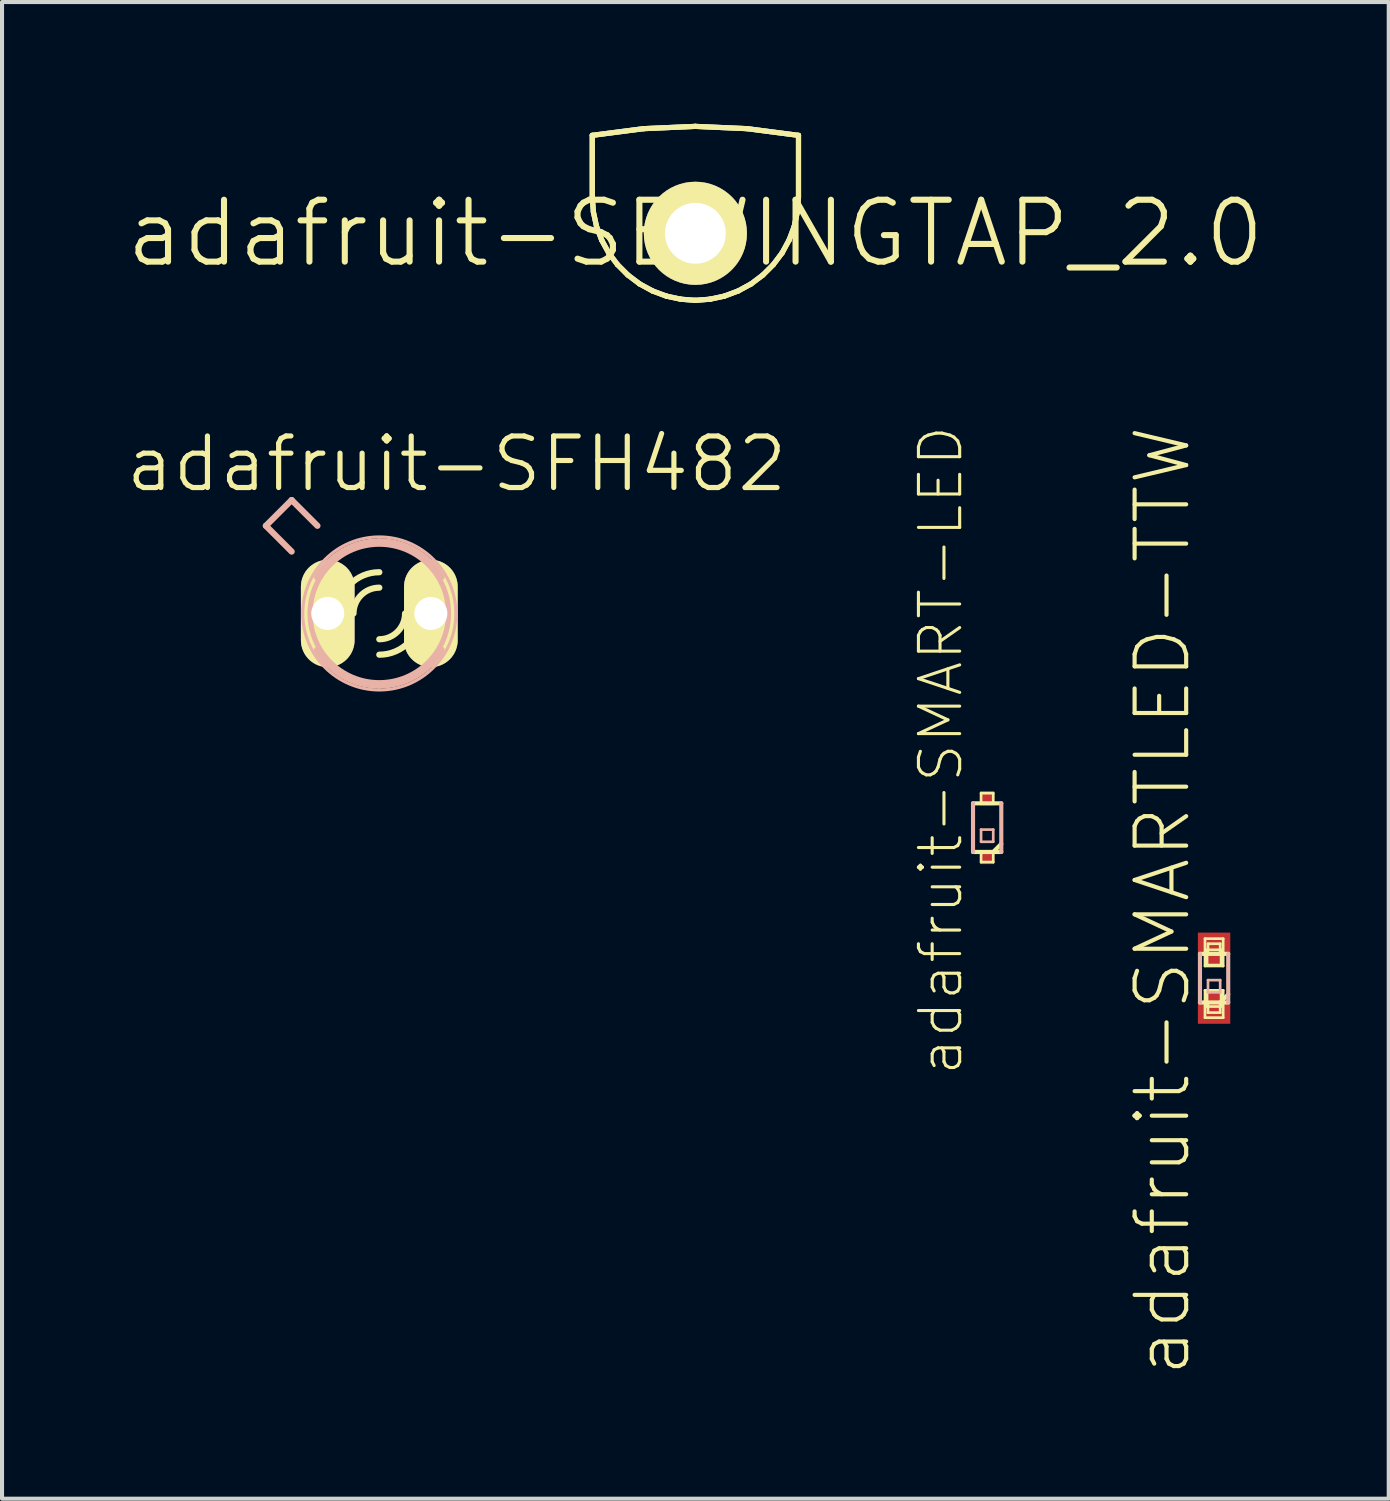
<source format=kicad_pcb>
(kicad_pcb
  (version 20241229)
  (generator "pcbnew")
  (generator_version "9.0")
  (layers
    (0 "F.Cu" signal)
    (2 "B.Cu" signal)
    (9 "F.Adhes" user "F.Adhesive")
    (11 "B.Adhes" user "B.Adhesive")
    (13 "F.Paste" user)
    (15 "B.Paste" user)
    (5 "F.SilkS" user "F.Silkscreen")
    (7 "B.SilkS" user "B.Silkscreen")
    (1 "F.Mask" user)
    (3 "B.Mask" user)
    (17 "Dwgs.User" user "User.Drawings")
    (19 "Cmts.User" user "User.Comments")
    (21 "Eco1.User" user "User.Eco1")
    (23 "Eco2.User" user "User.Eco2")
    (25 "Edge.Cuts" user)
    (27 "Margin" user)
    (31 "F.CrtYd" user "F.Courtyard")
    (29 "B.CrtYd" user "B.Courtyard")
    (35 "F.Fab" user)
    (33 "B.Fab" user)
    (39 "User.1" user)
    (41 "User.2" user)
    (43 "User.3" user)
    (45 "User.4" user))
  (footprint "adafruit-SFH482"
    (layer "F.Cu")
    (at 6.293 12.061)
    (property "Reference" "adafruit-SFH482" (at 1.905 -3.683 0) (layer "F.SilkS") (effects (font (size 1.27 1.27) (thickness 0.127))))
    (attr exclude_from_pos_files exclude_from_bom)
    (fp_arc (start -1.778 0) (mid -1.707402 -0.496046) (end -1.501215 -0.9527) (stroke (width 0.1524) (type solid)) (layer "F.SilkS"))
    (fp_arc (start -1.51384 0.92964) (mid -1.709767 0.482328) (end -1.776497 -0.001431) (stroke (width 0.1524) (type solid)) (layer "F.SilkS"))
    (fp_arc (start -1.016 0) (mid -0.71842 -0.71842) (end 0 -1.016) (stroke (width 0.1524) (type solid)) (layer "F.SilkS"))
    (fp_arc (start -0.635 0) (mid -0.449013 -0.449013) (end 0 -0.635) (stroke (width 0.1524) (type solid)) (layer "F.SilkS"))
    (fp_arc (start 0.635 0) (mid 0.449013 0.449013) (end 0 0.635) (stroke (width 0.1524) (type solid)) (layer "F.SilkS"))
    (fp_arc (start 1.016 0) (mid 0.71842 0.71842) (end 0 1.016) (stroke (width 0.1524) (type solid)) (layer "F.SilkS"))
    (fp_arc (start 1.51384 -0.92964) (mid 1.709767 -0.482328) (end 1.776497 0.001431) (stroke (width 0.1524) (type solid)) (layer "F.SilkS"))
    (fp_arc (start 1.778 0) (mid 1.707402 0.496046) (end 1.501215 0.9527) (stroke (width 0.1524) (type solid)) (layer "F.SilkS"))
    (fp_line (start -2.794 -2.159) (end -2.159 -2.794) (stroke (width 0.152) (type solid)) (layer "B.SilkS"))
    (fp_line (start -2.159 -1.524) (end -2.794 -2.159) (stroke (width 0.152) (type solid)) (layer "B.SilkS"))
    (fp_line (start -1.524 -2.159) (end -2.159 -2.794) (stroke (width 0.152) (type solid)) (layer "B.SilkS"))
    (fp_arc (start -1.53416 -0.89408) (mid -0.885614 -1.539063) (end -0.002081 -1.775675) (stroke (width 0.1524) (type solid)) (layer "B.SilkS"))
    (fp_arc (start 0 -1.778) (mid 0.884966 -1.542115) (end 1.535117 -0.89705) (stroke (width 0.1524) (type solid)) (layer "B.SilkS"))
    (fp_arc (start 0 1.778) (mid -0.884966 1.542115) (end -1.535117 0.89705) (stroke (width 0.1524) (type solid)) (layer "B.SilkS"))
    (fp_arc (start 1.53416 0.89408) (mid 0.885614 1.539063) (end 0.002081 1.775675) (stroke (width 0.1524) (type solid)) (layer "B.SilkS"))
    (fp_circle (center 0 0) (end -1.333 1.333) (stroke (width 0.076) (type solid)) (fill no) (layer "B.SilkS"))
    (fp_circle (center 0 0) (end -1.206 1.206) (stroke (width 0.127) (type solid)) (fill no) (layer "B.SilkS"))
    (pad "A" thru_hole oval (at -1.27 0 180) (size 1.321 2.642) (drill 0.813) (layers "*.Cu" "F.Mask" "F.SilkS" "F.Paste"))
    (pad "K" thru_hole oval (at 1.27 0 180) (size 1.321 2.642) (drill 0.813) (layers "*.Cu" "F.Mask" "F.SilkS" "F.Paste")))
  (footprint "adafruit-SMARTLED-TTW"
    (layer "F.Cu")
    (at 26.856 21.045)
    (property "Reference" "adafruit-SMARTLED-TTW" (at -1.27 -1.905 90) (layer "F.SilkS") (effects (font (size 1.27 1.27) (thickness 0.102))))
    (attr smd)
    (fp_line (start -0.348 -0.599) (end 0.348 -0.599) (stroke (width 0.102) (type solid)) (layer "F.SilkS"))
    (fp_line (start -0.224 -0.973) (end 0.224 -0.973) (stroke (width 0.066) (type solid)) (layer "F.SilkS"))
    (fp_line (start -0.224 -0.3) (end -0.224 -0.973) (stroke (width 0.066) (type solid)) (layer "F.SilkS"))
    (fp_line (start -0.224 -0.3) (end 0.224 -0.3) (stroke (width 0.066) (type solid)) (layer "F.SilkS"))
    (fp_line (start -0.224 0.3) (end 0.224 0.3) (stroke (width 0.066) (type solid)) (layer "F.SilkS"))
    (fp_line (start -0.224 0.973) (end -0.224 0.3) (stroke (width 0.066) (type solid)) (layer "F.SilkS"))
    (fp_line (start -0.224 0.973) (end 0.224 0.973) (stroke (width 0.066) (type solid)) (layer "F.SilkS"))
    (fp_line (start -0.173 -0.699) (end 0.173 -0.699) (stroke (width 0.066) (type solid)) (layer "F.SilkS"))
    (fp_line (start -0.173 -0.323) (end -0.173 -0.699) (stroke (width 0.066) (type solid)) (layer "F.SilkS"))
    (fp_line (start -0.173 -0.323) (end 0.173 -0.323) (stroke (width 0.066) (type solid)) (layer "F.SilkS"))
    (fp_line (start -0.173 0.323) (end 0.173 0.323) (stroke (width 0.066) (type solid)) (layer "F.SilkS"))
    (fp_line (start -0.173 0.699) (end -0.173 0.323) (stroke (width 0.066) (type solid)) (layer "F.SilkS"))
    (fp_line (start -0.173 0.699) (end 0.173 0.699) (stroke (width 0.066) (type solid)) (layer "F.SilkS"))
    (fp_line (start -0.15 -0.848) (end 0.15 -0.848) (stroke (width 0.066) (type solid)) (layer "F.SilkS"))
    (fp_line (start -0.15 -0.599) (end -0.15 -0.848) (stroke (width 0.066) (type solid)) (layer "F.SilkS"))
    (fp_line (start -0.15 -0.599) (end 0.15 -0.599) (stroke (width 0.066) (type solid)) (layer "F.SilkS"))
    (fp_line (start -0.15 0.599) (end 0.15 0.599) (stroke (width 0.066) (type solid)) (layer "F.SilkS"))
    (fp_line (start -0.15 0.848) (end -0.15 0.599) (stroke (width 0.066) (type solid)) (layer "F.SilkS"))
    (fp_line (start -0.15 0.848) (end 0.15 0.848) (stroke (width 0.066) (type solid)) (layer "F.SilkS"))
    (fp_line (start 0.15 -0.599) (end 0.15 -0.848) (stroke (width 0.066) (type solid)) (layer "F.SilkS"))
    (fp_line (start 0.15 0.848) (end 0.15 0.599) (stroke (width 0.066) (type solid)) (layer "F.SilkS"))
    (fp_line (start 0.173 -0.323) (end 0.173 -0.699) (stroke (width 0.066) (type solid)) (layer "F.SilkS"))
    (fp_line (start 0.173 0.699) (end 0.173 0.323) (stroke (width 0.066) (type solid)) (layer "F.SilkS"))
    (fp_line (start 0.224 -0.3) (end 0.224 -0.973) (stroke (width 0.066) (type solid)) (layer "F.SilkS"))
    (fp_line (start 0.224 0.973) (end 0.224 0.3) (stroke (width 0.066) (type solid)) (layer "F.SilkS"))
    (fp_line (start 0.348 0.399) (end 0.15 0.599) (stroke (width 0.102) (type solid)) (layer "F.SilkS"))
    (fp_line (start 0.348 0.599) (end -0.348 0.599) (stroke (width 0.102) (type solid)) (layer "F.SilkS"))
    (fp_line (start -0.348 0.599) (end -0.348 -0.599) (stroke (width 0.102) (type solid)) (layer "B.SilkS"))
    (fp_line (start -0.15 0.048) (end 0.15 0.048) (stroke (width 0.066) (type solid)) (layer "B.SilkS"))
    (fp_line (start -0.15 0.348) (end -0.15 0.048) (stroke (width 0.066) (type solid)) (layer "B.SilkS"))
    (fp_line (start -0.15 0.348) (end 0.15 0.348) (stroke (width 0.066) (type solid)) (layer "B.SilkS"))
    (fp_line (start 0.15 0.348) (end 0.15 0.048) (stroke (width 0.066) (type solid)) (layer "B.SilkS"))
    (fp_line (start 0.348 -0.599) (end 0.348 0.599) (stroke (width 0.102) (type solid)) (layer "B.SilkS"))
    (pad "A" smd rect (at 0 0.874) (size 0.798 0.498) (layers "F.Cu" "F.Mask" "F.Paste"))
    (pad "A@1" smd rect (at 0 0.498) (size 0.348 0.348) (layers "F.Cu" "F.Mask" "F.Paste"))
    (pad "C" smd rect (at 0 -0.874) (size 0.798 0.498) (layers "F.Cu" "F.Mask" "F.Paste"))
    (pad "C@1" smd rect (at 0 -0.498) (size 0.348 0.348) (layers "F.Cu" "F.Mask" "F.Paste")))
  (footprint "adafruit-SMART-LED"
    (layer "F.Cu")
    (at 21.266 17.337)
    (property "Reference" "adafruit-SMART-LED" (at -1.143 -1.905 90) (layer "F.SilkS") (effects (font (size 1.016 1.016) (thickness 0.076))))
    (attr smd)
    (fp_line (start -0.348 -0.599) (end 0.348 -0.599) (stroke (width 0.102) (type solid)) (layer "F.SilkS"))
    (fp_line (start -0.15 -0.848) (end 0.15 -0.848) (stroke (width 0.066) (type solid)) (layer "F.SilkS"))
    (fp_line (start -0.15 -0.599) (end -0.15 -0.848) (stroke (width 0.066) (type solid)) (layer "F.SilkS"))
    (fp_line (start -0.15 -0.599) (end 0.15 -0.599) (stroke (width 0.066) (type solid)) (layer "F.SilkS"))
    (fp_line (start -0.15 0.599) (end 0.15 0.599) (stroke (width 0.066) (type solid)) (layer "F.SilkS"))
    (fp_line (start -0.15 0.848) (end -0.15 0.599) (stroke (width 0.066) (type solid)) (layer "F.SilkS"))
    (fp_line (start -0.15 0.848) (end 0.15 0.848) (stroke (width 0.066) (type solid)) (layer "F.SilkS"))
    (fp_line (start 0.15 -0.599) (end 0.15 -0.848) (stroke (width 0.066) (type solid)) (layer "F.SilkS"))
    (fp_line (start 0.15 0.848) (end 0.15 0.599) (stroke (width 0.066) (type solid)) (layer "F.SilkS"))
    (fp_line (start 0.348 0.399) (end 0.15 0.599) (stroke (width 0.102) (type solid)) (layer "F.SilkS"))
    (fp_line (start 0.348 0.599) (end -0.348 0.599) (stroke (width 0.102) (type solid)) (layer "F.SilkS"))
    (fp_line (start -0.348 0.599) (end -0.348 -0.599) (stroke (width 0.102) (type solid)) (layer "B.SilkS"))
    (fp_line (start -0.15 0.048) (end 0.15 0.048) (stroke (width 0.066) (type solid)) (layer "B.SilkS"))
    (fp_line (start -0.15 0.348) (end -0.15 0.048) (stroke (width 0.066) (type solid)) (layer "B.SilkS"))
    (fp_line (start -0.15 0.348) (end 0.15 0.348) (stroke (width 0.066) (type solid)) (layer "B.SilkS"))
    (fp_line (start 0.15 0.348) (end 0.15 0.048) (stroke (width 0.066) (type solid)) (layer "B.SilkS"))
    (fp_line (start 0.348 -0.599) (end 0.348 0.599) (stroke (width 0.102) (type solid)) (layer "B.SilkS"))
    (pad "A" smd rect (at 0 -0.724) (size 0.348 0.348) (layers "F.Cu" "F.Mask" "F.Paste"))
    (pad "B" smd rect (at 0 0.724) (size 0.348 0.348) (layers "F.Cu" "F.Mask" "F.Paste")))
  (footprint "adafruit-SEWINGTAP_2.0"
    (layer "F.Cu")
    (at 14.079 2.697)
    (property "Reference" "adafruit-SEWINGTAP_2.0" (at 0 0 0) (layer "F.SilkS") (effects (font (size 1.524 1.524) (thickness 0.15))))
    (attr exclude_from_pos_files exclude_from_bom)
    (fp_line (start -2.54 -2.413) (end -2.54 -0.889) (stroke (width 0.127) (type solid)) (layer "B.Cu"))
    (fp_line (start -2.54 -0.889) (end -2.512 -0.526) (stroke (width 0.127) (type solid)) (layer "B.Cu"))
    (fp_line (start -2.512 -0.526) (end -2.436 -0.173) (stroke (width 0.127) (type solid)) (layer "B.Cu"))
    (fp_line (start -2.436 -0.173) (end -2.309 0.165) (stroke (width 0.127) (type solid)) (layer "B.Cu"))
    (fp_line (start -2.309 0.165) (end -2.136 0.483) (stroke (width 0.127) (type solid)) (layer "B.Cu"))
    (fp_line (start -2.136 0.483) (end -1.918 0.772) (stroke (width 0.127) (type solid)) (layer "B.Cu"))
    (fp_line (start -1.918 0.772) (end -1.661 1.029) (stroke (width 0.127) (type solid)) (layer "B.Cu"))
    (fp_line (start -1.661 1.029) (end -1.372 1.247) (stroke (width 0.127) (type solid)) (layer "B.Cu"))
    (fp_line (start -1.372 1.247) (end -1.054 1.42) (stroke (width 0.127) (type solid)) (layer "B.Cu"))
    (fp_line (start -1.273 -2.578) (end -2.54 -2.413) (stroke (width 0.127) (type solid)) (layer "B.Cu"))
    (fp_line (start -1.054 1.42) (end -0.714 1.547) (stroke (width 0.127) (type solid)) (layer "B.Cu"))
    (fp_line (start -0.714 1.547) (end -0.361 1.623) (stroke (width 0.127) (type solid)) (layer "B.Cu"))
    (fp_line (start -0.361 1.623) (end 0 1.651) (stroke (width 0.127) (type solid)) (layer "B.Cu"))
    (fp_line (start 0 -2.634) (end -1.273 -2.578) (stroke (width 0.127) (type solid)) (layer "B.Cu"))
    (fp_line (start 0 1.651) (end 0.361 1.623) (stroke (width 0.127) (type solid)) (layer "B.Cu"))
    (fp_line (start 0.361 1.623) (end 0.714 1.547) (stroke (width 0.127) (type solid)) (layer "B.Cu"))
    (fp_line (start 0.714 1.547) (end 1.054 1.42) (stroke (width 0.127) (type solid)) (layer "B.Cu"))
    (fp_line (start 1.054 1.42) (end 1.372 1.247) (stroke (width 0.127) (type solid)) (layer "B.Cu"))
    (fp_line (start 1.273 -2.578) (end 0 -2.634) (stroke (width 0.127) (type solid)) (layer "B.Cu"))
    (fp_line (start 1.372 1.247) (end 1.661 1.029) (stroke (width 0.127) (type solid)) (layer "B.Cu"))
    (fp_line (start 1.661 1.029) (end 1.918 0.772) (stroke (width 0.127) (type solid)) (layer "B.Cu"))
    (fp_line (start 1.918 0.772) (end 2.136 0.483) (stroke (width 0.127) (type solid)) (layer "B.Cu"))
    (fp_line (start 2.136 0.483) (end 2.309 0.165) (stroke (width 0.127) (type solid)) (layer "B.Cu"))
    (fp_line (start 2.309 0.165) (end 2.436 -0.173) (stroke (width 0.127) (type solid)) (layer "B.Cu"))
    (fp_line (start 2.436 -0.173) (end 2.512 -0.526) (stroke (width 0.127) (type solid)) (layer "B.Cu"))
    (fp_line (start 2.512 -0.526) (end 2.54 -0.889) (stroke (width 0.127) (type solid)) (layer "B.Cu"))
    (fp_line (start 2.54 -2.413) (end 1.273 -2.578) (stroke (width 0.127) (type solid)) (layer "B.Cu"))
    (fp_line (start 2.54 -0.889) (end 2.54 -2.413) (stroke (width 0.127) (type solid)) (layer "B.Cu"))
    (fp_line (start -2.54 -2.413) (end -2.54 -0.889) (stroke (width 0.127) (type solid)) (layer "F.SilkS"))
    (fp_line (start -2.54 -2.413) (end -2.54 -0.889) (stroke (width 0.127) (type solid)) (layer "F.SilkS"))
    (fp_line (start -2.54 -0.889) (end -2.512 -0.526) (stroke (width 0.127) (type solid)) (layer "F.SilkS"))
    (fp_line (start -2.54 -0.889) (end -2.512 -0.526) (stroke (width 0.127) (type solid)) (layer "F.SilkS"))
    (fp_line (start -2.512 -0.526) (end -2.436 -0.173) (stroke (width 0.127) (type solid)) (layer "F.SilkS"))
    (fp_line (start -2.512 -0.526) (end -2.436 -0.173) (stroke (width 0.127) (type solid)) (layer "F.SilkS"))
    (fp_line (start -2.436 -0.173) (end -2.309 0.165) (stroke (width 0.127) (type solid)) (layer "F.SilkS"))
    (fp_line (start -2.436 -0.173) (end -2.309 0.165) (stroke (width 0.127) (type solid)) (layer "F.SilkS"))
    (fp_line (start -2.309 0.165) (end -2.136 0.483) (stroke (width 0.127) (type solid)) (layer "F.SilkS"))
    (fp_line (start -2.309 0.165) (end -2.136 0.483) (stroke (width 0.127) (type solid)) (layer "F.SilkS"))
    (fp_line (start -2.136 0.483) (end -1.918 0.772) (stroke (width 0.127) (type solid)) (layer "F.SilkS"))
    (fp_line (start -2.136 0.483) (end -1.918 0.772) (stroke (width 0.127) (type solid)) (layer "F.SilkS"))
    (fp_line (start -1.918 0.772) (end -1.661 1.029) (stroke (width 0.127) (type solid)) (layer "F.SilkS"))
    (fp_line (start -1.918 0.772) (end -1.661 1.029) (stroke (width 0.127) (type solid)) (layer "F.SilkS"))
    (fp_line (start -1.661 1.029) (end -1.372 1.247) (stroke (width 0.127) (type solid)) (layer "F.SilkS"))
    (fp_line (start -1.661 1.029) (end -1.372 1.247) (stroke (width 0.127) (type solid)) (layer "F.SilkS"))
    (fp_line (start -1.372 1.247) (end -1.054 1.42) (stroke (width 0.127) (type solid)) (layer "F.SilkS"))
    (fp_line (start -1.372 1.247) (end -1.054 1.42) (stroke (width 0.127) (type solid)) (layer "F.SilkS"))
    (fp_line (start -1.273 -2.578) (end -2.54 -2.413) (stroke (width 0.127) (type solid)) (layer "F.SilkS"))
    (fp_line (start -1.273 -2.578) (end -2.54 -2.413) (stroke (width 0.127) (type solid)) (layer "F.SilkS"))
    (fp_line (start -1.054 1.42) (end -0.714 1.547) (stroke (width 0.127) (type solid)) (layer "F.SilkS"))
    (fp_line (start -1.054 1.42) (end -0.714 1.547) (stroke (width 0.127) (type solid)) (layer "F.SilkS"))
    (fp_line (start -0.714 1.547) (end -0.361 1.623) (stroke (width 0.127) (type solid)) (layer "F.SilkS"))
    (fp_line (start -0.714 1.547) (end -0.361 1.623) (stroke (width 0.127) (type solid)) (layer "F.SilkS"))
    (fp_line (start -0.361 1.623) (end 0 1.651) (stroke (width 0.127) (type solid)) (layer "F.SilkS"))
    (fp_line (start -0.361 1.623) (end 0 1.651) (stroke (width 0.127) (type solid)) (layer "F.SilkS"))
    (fp_line (start 0 -2.634) (end -1.273 -2.578) (stroke (width 0.127) (type solid)) (layer "F.SilkS"))
    (fp_line (start 0 -2.634) (end -1.273 -2.578) (stroke (width 0.127) (type solid)) (layer "F.SilkS"))
    (fp_line (start 0 1.651) (end 0.361 1.623) (stroke (width 0.127) (type solid)) (layer "F.SilkS"))
    (fp_line (start 0 1.651) (end 0.361 1.623) (stroke (width 0.127) (type solid)) (layer "F.SilkS"))
    (fp_line (start 0.361 1.623) (end 0.714 1.547) (stroke (width 0.127) (type solid)) (layer "F.SilkS"))
    (fp_line (start 0.361 1.623) (end 0.714 1.547) (stroke (width 0.127) (type solid)) (layer "F.SilkS"))
    (fp_line (start 0.714 1.547) (end 1.054 1.42) (stroke (width 0.127) (type solid)) (layer "F.SilkS"))
    (fp_line (start 0.714 1.547) (end 1.054 1.42) (stroke (width 0.127) (type solid)) (layer "F.SilkS"))
    (fp_line (start 1.054 1.42) (end 1.372 1.247) (stroke (width 0.127) (type solid)) (layer "F.SilkS"))
    (fp_line (start 1.054 1.42) (end 1.372 1.247) (stroke (width 0.127) (type solid)) (layer "F.SilkS"))
    (fp_line (start 1.273 -2.578) (end 0 -2.634) (stroke (width 0.127) (type solid)) (layer "F.SilkS"))
    (fp_line (start 1.273 -2.578) (end 0 -2.634) (stroke (width 0.127) (type solid)) (layer "F.SilkS"))
    (fp_line (start 1.372 1.247) (end 1.661 1.029) (stroke (width 0.127) (type solid)) (layer "F.SilkS"))
    (fp_line (start 1.372 1.247) (end 1.661 1.029) (stroke (width 0.127) (type solid)) (layer "F.SilkS"))
    (fp_line (start 1.661 1.029) (end 1.918 0.772) (stroke (width 0.127) (type solid)) (layer "F.SilkS"))
    (fp_line (start 1.661 1.029) (end 1.918 0.772) (stroke (width 0.127) (type solid)) (layer "F.SilkS"))
    (fp_line (start 1.918 0.772) (end 2.136 0.483) (stroke (width 0.127) (type solid)) (layer "F.SilkS"))
    (fp_line (start 1.918 0.772) (end 2.136 0.483) (stroke (width 0.127) (type solid)) (layer "F.SilkS"))
    (fp_line (start 2.136 0.483) (end 2.309 0.165) (stroke (width 0.127) (type solid)) (layer "F.SilkS"))
    (fp_line (start 2.136 0.483) (end 2.309 0.165) (stroke (width 0.127) (type solid)) (layer "F.SilkS"))
    (fp_line (start 2.309 0.165) (end 2.436 -0.173) (stroke (width 0.127) (type solid)) (layer "F.SilkS"))
    (fp_line (start 2.309 0.165) (end 2.436 -0.173) (stroke (width 0.127) (type solid)) (layer "F.SilkS"))
    (fp_line (start 2.436 -0.173) (end 2.512 -0.526) (stroke (width 0.127) (type solid)) (layer "F.SilkS"))
    (fp_line (start 2.436 -0.173) (end 2.512 -0.526) (stroke (width 0.127) (type solid)) (layer "F.SilkS"))
    (fp_line (start 2.512 -0.526) (end 2.54 -0.889) (stroke (width 0.127) (type solid)) (layer "F.SilkS"))
    (fp_line (start 2.512 -0.526) (end 2.54 -0.889) (stroke (width 0.127) (type solid)) (layer "F.SilkS"))
    (fp_line (start 2.54 -2.413) (end 1.273 -2.578) (stroke (width 0.127) (type solid)) (layer "F.SilkS"))
    (fp_line (start 2.54 -2.413) (end 1.273 -2.578) (stroke (width 0.127) (type solid)) (layer "F.SilkS"))
    (fp_line (start 2.54 -0.889) (end 2.54 -2.413) (stroke (width 0.127) (type solid)) (layer "F.SilkS"))
    (fp_line (start 2.54 -0.889) (end 2.54 -2.413) (stroke (width 0.127) (type solid)) (layer "F.SilkS"))
    (fp_line (start -2.54 -2.413) (end -2.54 -0.889) (stroke (width 0.127) (type solid)) (layer "B.Adhes"))
    (fp_line (start -2.54 -0.889) (end -2.512 -0.526) (stroke (width 0.127) (type solid)) (layer "B.Adhes"))
    (fp_line (start -2.512 -0.526) (end -2.436 -0.173) (stroke (width 0.127) (type solid)) (layer "B.Adhes"))
    (fp_line (start -2.436 -0.173) (end -2.309 0.165) (stroke (width 0.127) (type solid)) (layer "B.Adhes"))
    (fp_line (start -2.309 0.165) (end -2.136 0.483) (stroke (width 0.127) (type solid)) (layer "B.Adhes"))
    (fp_line (start -2.136 0.483) (end -1.918 0.772) (stroke (width 0.127) (type solid)) (layer "B.Adhes"))
    (fp_line (start -1.918 0.772) (end -1.661 1.029) (stroke (width 0.127) (type solid)) (layer "B.Adhes"))
    (fp_line (start -1.661 1.029) (end -1.372 1.247) (stroke (width 0.127) (type solid)) (layer "B.Adhes"))
    (fp_line (start -1.372 1.247) (end -1.054 1.42) (stroke (width 0.127) (type solid)) (layer "B.Adhes"))
    (fp_line (start -1.273 -2.578) (end -2.54 -2.413) (stroke (width 0.127) (type solid)) (layer "B.Adhes"))
    (fp_line (start -1.054 1.42) (end -0.714 1.547) (stroke (width 0.127) (type solid)) (layer "B.Adhes"))
    (fp_line (start -0.714 1.547) (end -0.361 1.623) (stroke (width 0.127) (type solid)) (layer "B.Adhes"))
    (fp_line (start -0.361 1.623) (end 0 1.651) (stroke (width 0.127) (type solid)) (layer "B.Adhes"))
    (fp_line (start 0 -2.634) (end -1.273 -2.578) (stroke (width 0.127) (type solid)) (layer "B.Adhes"))
    (fp_line (start 0 1.651) (end 0.361 1.623) (stroke (width 0.127) (type solid)) (layer "B.Adhes"))
    (fp_line (start 0.361 1.623) (end 0.714 1.547) (stroke (width 0.127) (type solid)) (layer "B.Adhes"))
    (fp_line (start 0.714 1.547) (end 1.054 1.42) (stroke (width 0.127) (type solid)) (layer "B.Adhes"))
    (fp_line (start 1.054 1.42) (end 1.372 1.247) (stroke (width 0.127) (type solid)) (layer "B.Adhes"))
    (fp_line (start 1.273 -2.578) (end 0 -2.634) (stroke (width 0.127) (type solid)) (layer "B.Adhes"))
    (fp_line (start 1.372 1.247) (end 1.661 1.029) (stroke (width 0.127) (type solid)) (layer "B.Adhes"))
    (fp_line (start 1.661 1.029) (end 1.918 0.772) (stroke (width 0.127) (type solid)) (layer "B.Adhes"))
    (fp_line (start 1.918 0.772) (end 2.136 0.483) (stroke (width 0.127) (type solid)) (layer "B.Adhes"))
    (fp_line (start 2.136 0.483) (end 2.309 0.165) (stroke (width 0.127) (type solid)) (layer "B.Adhes"))
    (fp_line (start 2.309 0.165) (end 2.436 -0.173) (stroke (width 0.127) (type solid)) (layer "B.Adhes"))
    (fp_line (start 2.436 -0.173) (end 2.512 -0.526) (stroke (width 0.127) (type solid)) (layer "B.Adhes"))
    (fp_line (start 2.512 -0.526) (end 2.54 -0.889) (stroke (width 0.127) (type solid)) (layer "B.Adhes"))
    (fp_line (start 2.54 -2.413) (end 1.273 -2.578) (stroke (width 0.127) (type solid)) (layer "B.Adhes"))
    (fp_line (start 2.54 -0.889) (end 2.54 -2.413) (stroke (width 0.127) (type solid)) (layer "B.Adhes"))
    (pad "P$1" thru_hole circle (at 0 0) (size 2.54 2.54) (drill 1.499) (layers "*.Cu" "F.Mask" "F.SilkS" "F.Paste")))
  (gr_rect
    (start -3 -3)
    (end 31.158 33.867)
    (stroke (width 0.1) (type default))
    (fill no)
    (layer "Edge.Cuts")))
</source>
